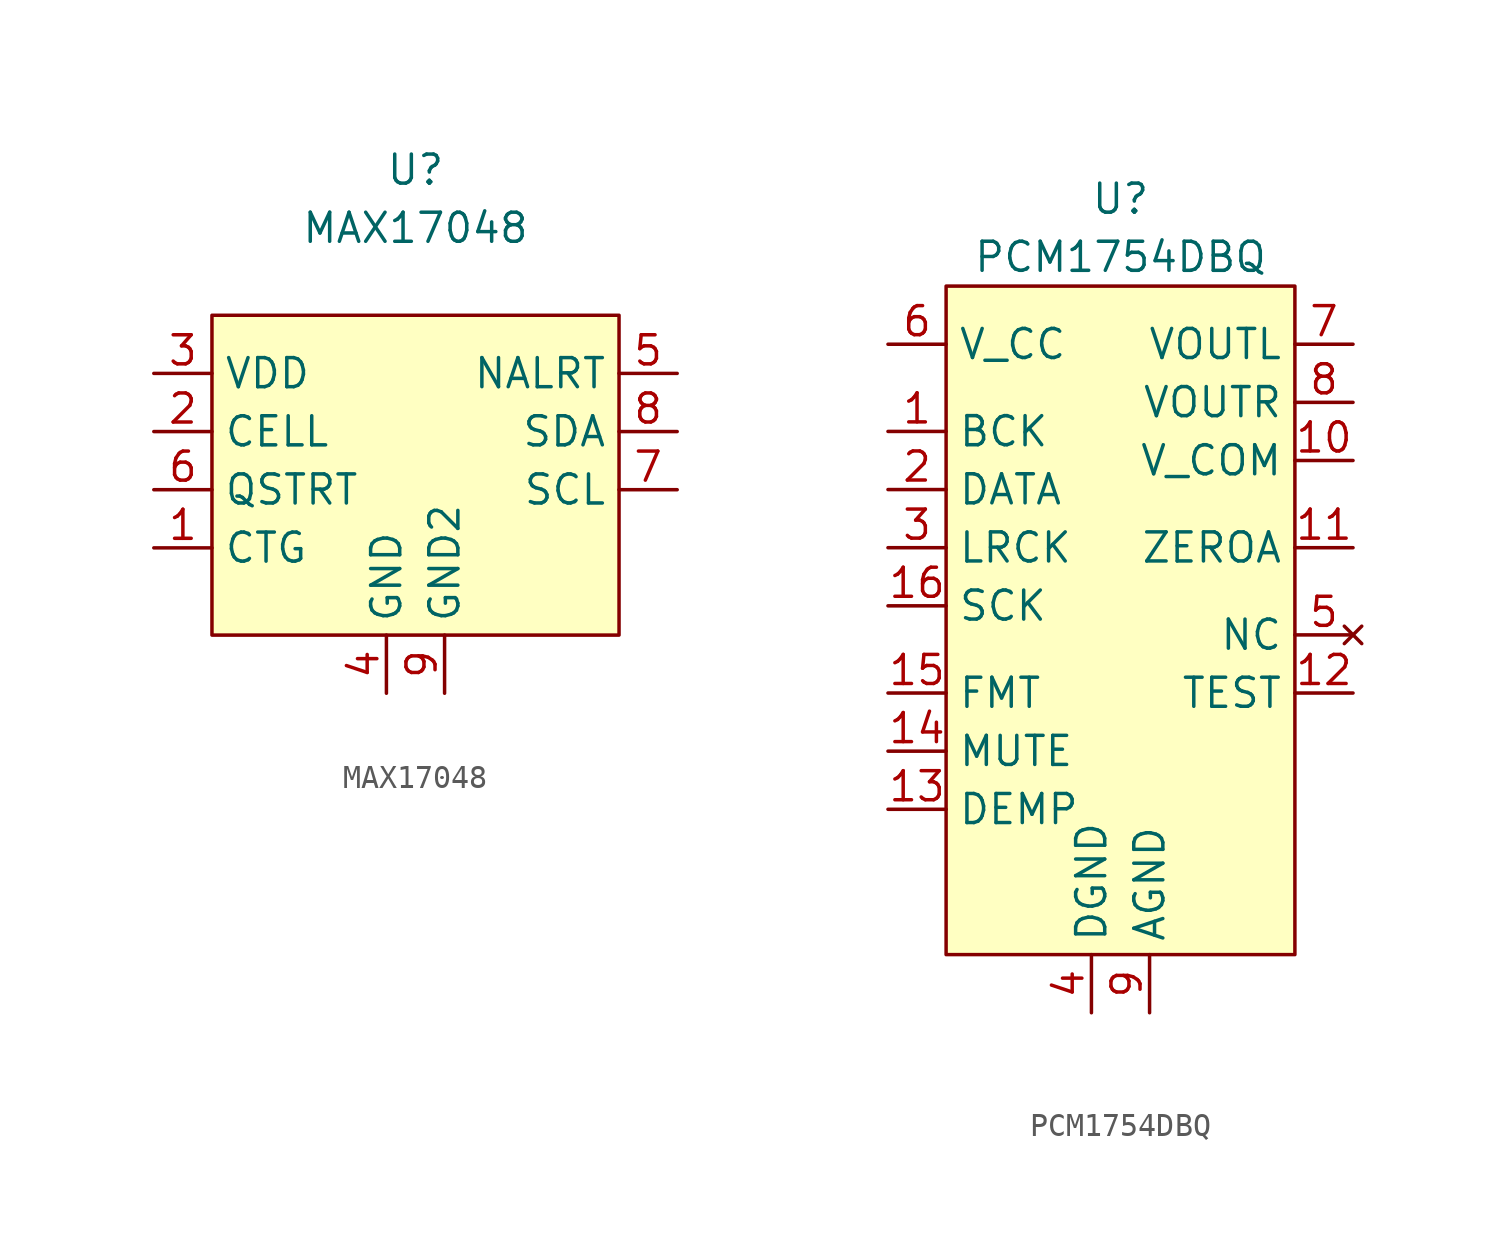
<source format=kicad_sym>
(kicad_symbol_lib
  (version 20241209)
  (generator "kicad_symbol_editor")
  (generator_version "9.0")
  (symbol "MAX17048"
    (property "Reference" "U"
      (at 0 3.81 0)
      (effects (font (size 1.27 1.27))))
    (property "Value" "MAX17048"
      (at 0 1.27 0)
      (effects (font (size 1.27 1.27))))
    (symbol "MAX17048_1_1"
      (rectangle (start -8.89 -2.54) (end 8.89 -16.51) (stroke (width 0) (type default)) (fill (type background)))
      (pin power_in line (at -11.43 -5.08 0) (length 2.54) (name "VDD" (effects (font (size 1.27 1.27)))) (number "3" (effects (font (size 1.27 1.27)))))
      (pin power_in line (at -11.43 -7.62 0) (length 2.54) (name "CELL" (effects (font (size 1.27 1.27)))) (number "2" (effects (font (size 1.27 1.27)))))
      (pin input line (at -11.43 -10.16 0) (length 2.54) (name "QSTRT" (effects (font (size 1.27 1.27)))) (number "6" (effects (font (size 1.27 1.27)))))
      (pin power_in line (at -11.43 -12.7 0) (length 2.54) (name "CTG" (effects (font (size 1.27 1.27)))) (number "1" (effects (font (size 1.27 1.27)))))
      (pin power_in line (at -1.27 -19.05 90) (length 2.54) (name "GND" (effects (font (size 1.27 1.27)))) (number "4" (effects (font (size 1.27 1.27)))))
      (pin power_in line (at 1.27 -19.05 90) (length 2.54) (name "GND2" (effects (font (size 1.27 1.27)))) (number "9" (effects (font (size 1.27 1.27)))))
      (pin open_collector line (at 11.43 -5.08 180) (length 2.54) (name "NALRT" (effects (font (size 1.27 1.27)))) (number "5" (effects (font (size 1.27 1.27)))))
      (pin open_collector line (at 11.43 -7.62 180) (length 2.54) (name "SDA" (effects (font (size 1.27 1.27)))) (number "8" (effects (font (size 1.27 1.27)))))
      (pin open_collector line (at 11.43 -10.16 180) (length 2.54) (name "SCL" (effects (font (size 1.27 1.27)))) (number "7" (effects (font (size 1.27 1.27)))))))
  (symbol "PCM1754DBQ"
    (property "Reference" "U"
      (at 0 2.54 0)
      (effects (font (size 1.27 1.27))))
    (property "Value" "PCM1754DBQ"
      (at 0 0 0)
      (effects (font (size 1.27 1.27))))
    (symbol "PCM1754DBQ_1_1"
      (rectangle (start -7.62 -1.27) (end 7.62 -30.48) (stroke (width 0) (type default)) (fill (type background)))
      (pin power_in line (at -10.16 -3.81 0) (length 2.54) (name "V_CC" (effects (font (size 1.27 1.27)))) (number "6" (effects (font (size 1.27 1.27)))))
      (pin input line (at -10.16 -7.62 0) (length 2.54) (name "BCK" (effects (font (size 1.27 1.27)))) (number "1" (effects (font (size 1.27 1.27)))))
      (pin input line (at -10.16 -10.16 0) (length 2.54) (name "DATA" (effects (font (size 1.27 1.27)))) (number "2" (effects (font (size 1.27 1.27)))))
      (pin input line (at -10.16 -12.7 0) (length 2.54) (name "LRCK" (effects (font (size 1.27 1.27)))) (number "3" (effects (font (size 1.27 1.27)))))
      (pin input line (at -10.16 -15.24 0) (length 2.54) (name "SCK" (effects (font (size 1.27 1.27)))) (number "16" (effects (font (size 1.27 1.27)))))
      (pin input line (at -10.16 -19.05 0) (length 2.54) (name "FMT" (effects (font (size 1.27 1.27)))) (number "15" (effects (font (size 1.27 1.27)))))
      (pin input line (at -10.16 -21.59 0) (length 2.54) (name "MUTE" (effects (font (size 1.27 1.27)))) (number "14" (effects (font (size 1.27 1.27)))))
      (pin input line (at -10.16 -24.13 0) (length 2.54) (name "DEMP" (effects (font (size 1.27 1.27)))) (number "13" (effects (font (size 1.27 1.27)))))
      (pin input line (at -1.27 -33.02 90) (length 2.54) (name "DGND" (effects (font (size 1.27 1.27)))) (number "4" (effects (font (size 1.27 1.27)))))
      (pin input line (at 1.27 -33.02 90) (length 2.54) (name "AGND" (effects (font (size 1.27 1.27)))) (number "9" (effects (font (size 1.27 1.27)))))
      (pin output line (at 10.16 -3.81 180) (length 2.54) (name "VOUTL" (effects (font (size 1.27 1.27)))) (number "7" (effects (font (size 1.27 1.27)))))
      (pin output line (at 10.16 -6.35 180) (length 2.54) (name "VOUTR" (effects (font (size 1.27 1.27)))) (number "8" (effects (font (size 1.27 1.27)))))
      (pin power_out line (at 10.16 -8.89 180) (length 2.54) (name "V_COM" (effects (font (size 1.27 1.27)))) (number "10" (effects (font (size 1.27 1.27)))))
      (pin output line (at 10.16 -12.7 180) (length 2.54) (name "ZEROA" (effects (font (size 1.27 1.27)))) (number "11" (effects (font (size 1.27 1.27)))))
      (pin no_connect line (at 10.16 -16.51 180) (length 2.54) (name "NC" (effects (font (size 1.27 1.27)))) (number "5" (effects (font (size 1.27 1.27)))))
      (pin output line (at 10.16 -19.05 180) (length 2.54) (name "TEST" (effects (font (size 1.27 1.27)))) (number "12" (effects (font (size 1.27 1.27))))))))
</source>
